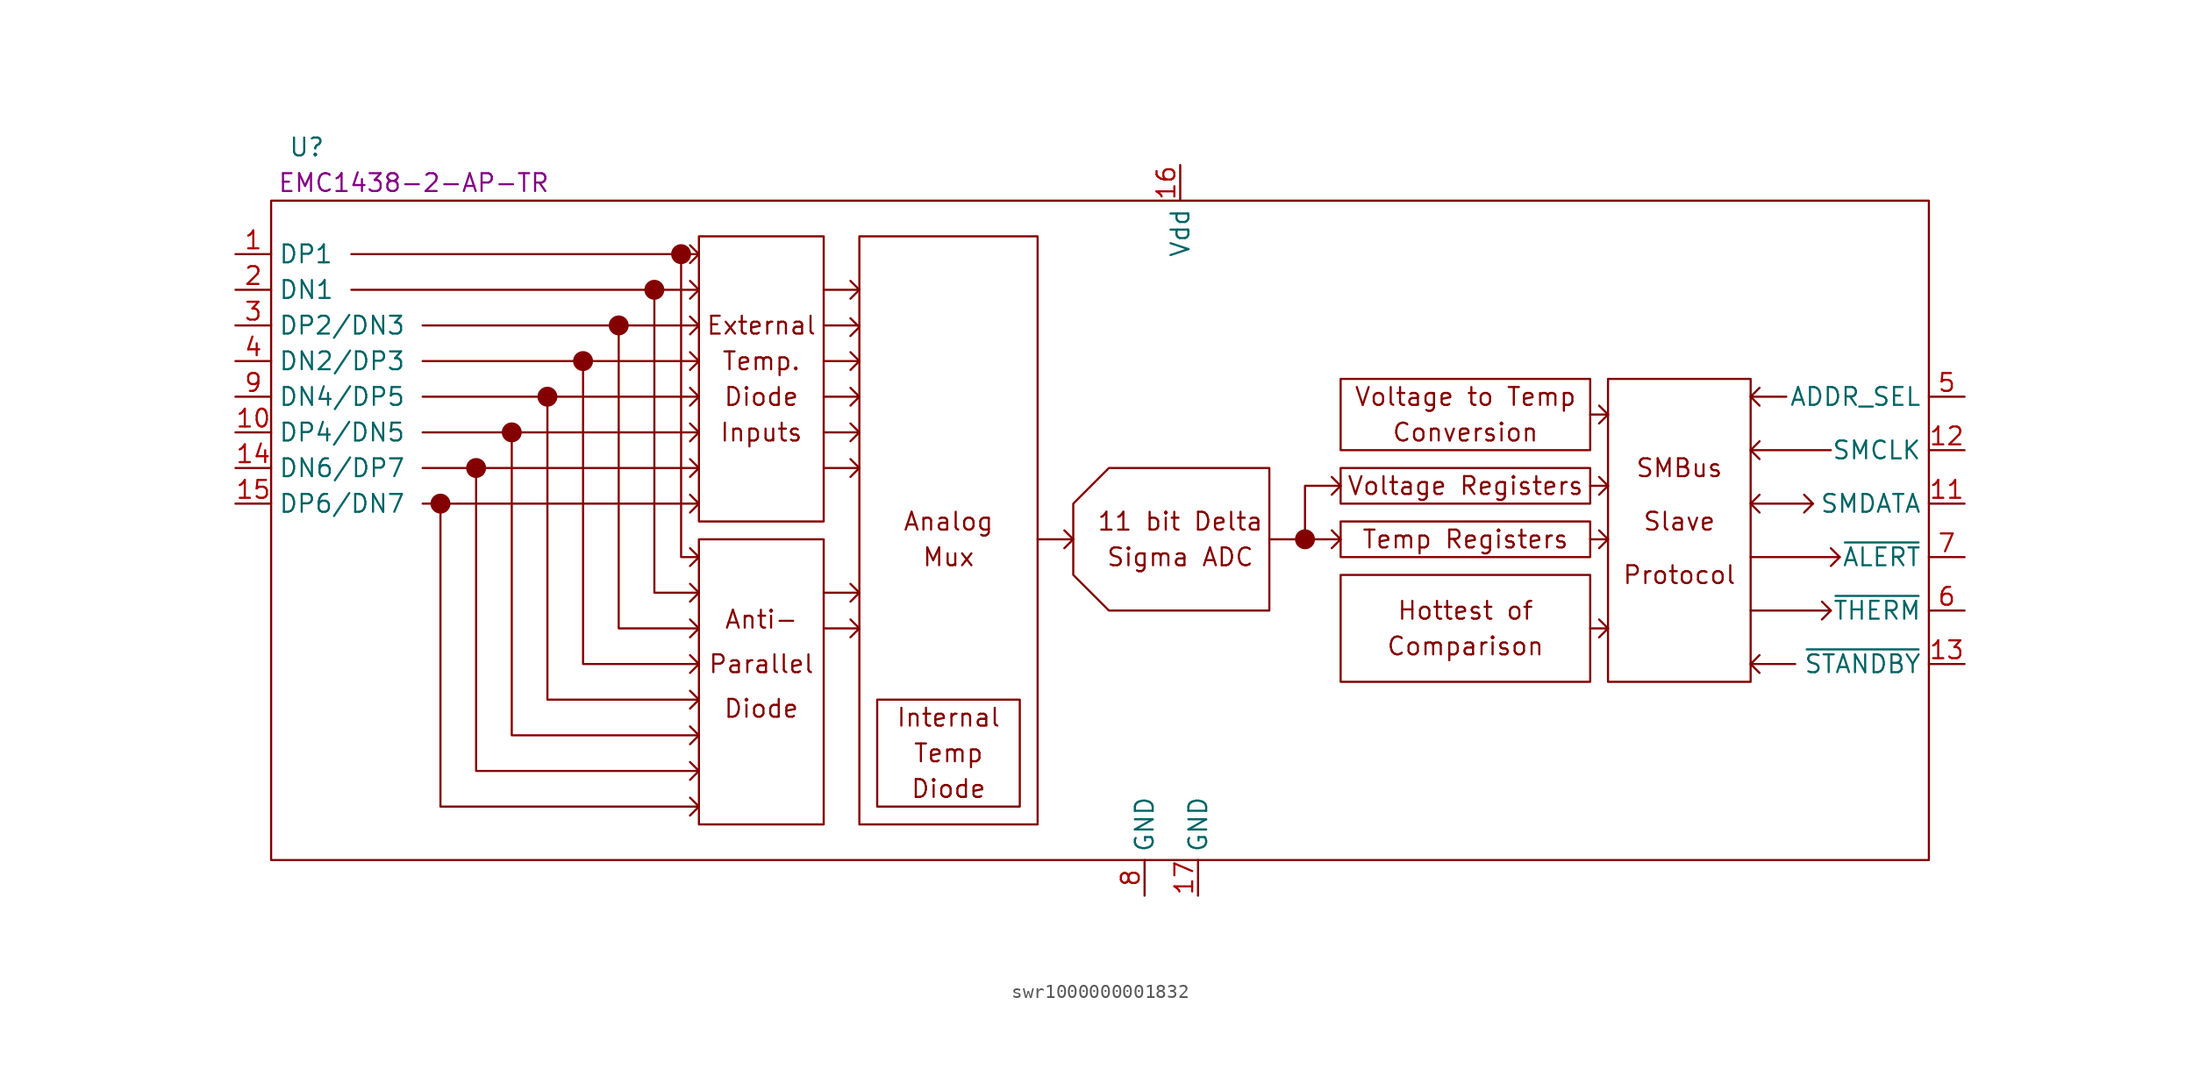
<source format=kicad_sym>
(kicad_symbol_lib
  (version 20211014)
  (generator kicad_symbol_editor)
  (symbol "swr1000000001832"
    (property "Reference" "U"
      (at -52.07 3.81 0)
      (effects (font (size 1.27 1.27))))
    (property "PartValue" "EMC1438-2-AP-TR"
      (at -44.45 1.27 0)
      (effects (font (size 1.27 1.27))))
    (symbol "swr1000000001832_0_0"
      (rectangle (start -54.61 0) (end 63.5 -46.99) (stroke (width 0) (type default) (color 0 0 0 0)) (fill (type none)))
      (circle (center -42.545 -21.59) (radius 0.635) (stroke (width 0) (type default) (color 0 0 0 0)) (fill (type outline)))
      (circle (center -40.005 -19.05) (radius 0.635) (stroke (width 0) (type default) (color 0 0 0 0)) (fill (type outline)))
      (circle (center -37.465 -16.51) (radius 0.635) (stroke (width 0) (type default) (color 0 0 0 0)) (fill (type outline)))
      (circle (center -34.925 -13.97) (radius 0.635) (stroke (width 0) (type default) (color 0 0 0 0)) (fill (type outline)))
      (circle (center -32.385 -11.43) (radius 0.635) (stroke (width 0) (type default) (color 0 0 0 0)) (fill (type outline)))
      (circle (center -29.845 -8.89) (radius 0.635) (stroke (width 0) (type default) (color 0 0 0 0)) (fill (type outline)))
      (circle (center -27.305 -6.35) (radius 0.635) (stroke (width 0) (type default) (color 0 0 0 0)) (fill (type outline)))
      (circle (center -25.4 -3.81) (radius 0.635) (stroke (width 0) (type default) (color 0 0 0 0)) (fill (type outline)))
      (rectangle (start -24.13 -24.13) (end -15.24 -44.45) (stroke (width 0) (type default) (color 0 0 0 0)) (fill (type none)))
      (rectangle (start -24.13 -2.54) (end -15.24 -22.86) (stroke (width 0) (type default) (color 0 0 0 0)) (fill (type none)))
      (rectangle (start -12.7 -2.54) (end 0 -44.45) (stroke (width 0) (type default) (color 0 0 0 0)) (fill (type none)))
      (rectangle (start -11.43 -35.56) (end -1.27 -43.18) (stroke (width 0) (type default) (color 0 0 0 0)) (fill (type none)))
      (polyline (pts (xy -48.895 -6.35) (xy -24.13 -6.35)) (stroke (width 0) (type default) (color 0 0 0 0)) (fill (type none)))
      (polyline (pts (xy -48.895 -3.81) (xy -24.13 -3.81)) (stroke (width 0) (type default) (color 0 0 0 0)) (fill (type none)))
      (polyline (pts (xy -43.815 -21.59) (xy -24.13 -21.59)) (stroke (width 0) (type default) (color 0 0 0 0)) (fill (type none)))
      (polyline (pts (xy -43.815 -19.05) (xy -24.13 -19.05)) (stroke (width 0) (type default) (color 0 0 0 0)) (fill (type none)))
      (polyline (pts (xy -43.815 -16.51) (xy -24.13 -16.51)) (stroke (width 0) (type default) (color 0 0 0 0)) (fill (type none)))
      (polyline (pts (xy -43.815 -13.97) (xy -24.13 -13.97)) (stroke (width 0) (type default) (color 0 0 0 0)) (fill (type none)))
      (polyline (pts (xy -43.815 -11.43) (xy -24.13 -11.43)) (stroke (width 0) (type default) (color 0 0 0 0)) (fill (type none)))
      (polyline (pts (xy -43.815 -8.89) (xy -24.13 -8.89)) (stroke (width 0) (type default) (color 0 0 0 0)) (fill (type none)))
      (polyline (pts (xy -15.24 -30.48) (xy -12.7 -30.48)) (stroke (width 0) (type default) (color 0 0 0 0)) (fill (type none)))
      (polyline (pts (xy -15.24 -27.94) (xy -12.7 -27.94)) (stroke (width 0) (type default) (color 0 0 0 0)) (fill (type none)))
      (polyline (pts (xy -15.24 -19.05) (xy -12.7 -19.05)) (stroke (width 0) (type default) (color 0 0 0 0)) (fill (type none)))
      (polyline (pts (xy -15.24 -16.51) (xy -12.7 -16.51)) (stroke (width 0) (type default) (color 0 0 0 0)) (fill (type none)))
      (polyline (pts (xy -15.24 -13.97) (xy -12.7 -13.97)) (stroke (width 0) (type default) (color 0 0 0 0)) (fill (type none)))
      (polyline (pts (xy -15.24 -11.43) (xy -12.7 -11.43)) (stroke (width 0) (type default) (color 0 0 0 0)) (fill (type none)))
      (polyline (pts (xy -15.24 -8.89) (xy -12.7 -8.89)) (stroke (width 0) (type default) (color 0 0 0 0)) (fill (type none)))
      (polyline (pts (xy -15.24 -6.35) (xy -12.7 -6.35)) (stroke (width 0) (type default) (color 0 0 0 0)) (fill (type none)))
      (polyline (pts (xy 0 -24.13) (xy 2.54 -24.13)) (stroke (width 0) (type default) (color 0 0 0 0)) (fill (type none)))
      (polyline (pts (xy 16.51 -24.13) (xy 21.59 -24.13)) (stroke (width 0) (type default) (color 0 0 0 0)) (fill (type none)))
      (polyline (pts (xy 39.37 -30.48) (xy 40.64 -30.48)) (stroke (width 0) (type default) (color 0 0 0 0)) (fill (type none)))
      (polyline (pts (xy 39.37 -24.13) (xy 40.64 -24.13)) (stroke (width 0) (type default) (color 0 0 0 0)) (fill (type none)))
      (polyline (pts (xy 39.37 -20.32) (xy 40.64 -20.32)) (stroke (width 0) (type default) (color 0 0 0 0)) (fill (type none)))
      (polyline (pts (xy 39.37 -15.24) (xy 40.64 -15.24)) (stroke (width 0) (type default) (color 0 0 0 0)) (fill (type none)))
      (polyline (pts (xy 50.8 -33.02) (xy 53.975 -33.02)) (stroke (width 0) (type default) (color 0 0 0 0)) (fill (type none)))
      (polyline (pts (xy 50.8 -21.59) (xy 55.245 -21.59)) (stroke (width 0) (type default) (color 0 0 0 0)) (fill (type none)))
      (polyline (pts (xy 50.8 -17.78) (xy 56.515 -17.78)) (stroke (width 0) (type default) (color 0 0 0 0)) (fill (type none)))
      (polyline (pts (xy 50.8 -13.97) (xy 53.34 -13.97)) (stroke (width 0) (type default) (color 0 0 0 0)) (fill (type none)))
      (polyline (pts (xy 56.515 -29.21) (xy 50.8 -29.21)) (stroke (width 0) (type default) (color 0 0 0 0)) (fill (type none)))
      (polyline (pts (xy 57.15 -25.4) (xy 50.8 -25.4)) (stroke (width 0) (type default) (color 0 0 0 0)) (fill (type none)))
      (polyline (pts (xy -25.4 -3.81) (xy -25.4 -25.4) (xy -24.13 -25.4)) (stroke (width 0) (type default) (color 0 0 0 0)) (fill (type none)))
      (polyline (pts (xy -24.765 -42.545) (xy -24.13 -43.18) (xy -24.765 -43.815)) (stroke (width 0) (type default) (color 0 0 0 0)) (fill (type none)))
      (polyline (pts (xy -24.765 -40.005) (xy -24.13 -40.64) (xy -24.765 -41.275)) (stroke (width 0) (type default) (color 0 0 0 0)) (fill (type none)))
      (polyline (pts (xy -24.765 -37.465) (xy -24.13 -38.1) (xy -24.765 -38.735)) (stroke (width 0) (type default) (color 0 0 0 0)) (fill (type none)))
      (polyline (pts (xy -24.765 -34.925) (xy -24.13 -35.56) (xy -24.765 -36.195)) (stroke (width 0) (type default) (color 0 0 0 0)) (fill (type none)))
      (polyline (pts (xy -24.765 -32.385) (xy -24.13 -33.02) (xy -24.765 -33.655)) (stroke (width 0) (type default) (color 0 0 0 0)) (fill (type none)))
      (polyline (pts (xy -24.765 -29.845) (xy -24.13 -30.48) (xy -24.765 -31.115)) (stroke (width 0) (type default) (color 0 0 0 0)) (fill (type none)))
      (polyline (pts (xy -24.765 -27.305) (xy -24.13 -27.94) (xy -24.765 -28.575)) (stroke (width 0) (type default) (color 0 0 0 0)) (fill (type none)))
      (polyline (pts (xy -24.765 -24.765) (xy -24.13 -25.4) (xy -24.765 -26.035)) (stroke (width 0) (type default) (color 0 0 0 0)) (fill (type none)))
      (polyline (pts (xy -24.765 -20.955) (xy -24.13 -21.59) (xy -24.765 -22.225)) (stroke (width 0) (type default) (color 0 0 0 0)) (fill (type none)))
      (polyline (pts (xy -24.765 -18.415) (xy -24.13 -19.05) (xy -24.765 -19.685)) (stroke (width 0) (type default) (color 0 0 0 0)) (fill (type none)))
      (polyline (pts (xy -24.765 -15.875) (xy -24.13 -16.51) (xy -24.765 -17.145)) (stroke (width 0) (type default) (color 0 0 0 0)) (fill (type none)))
      (polyline (pts (xy -24.765 -13.335) (xy -24.13 -13.97) (xy -24.765 -14.605)) (stroke (width 0) (type default) (color 0 0 0 0)) (fill (type none)))
      (polyline (pts (xy -24.765 -10.795) (xy -24.13 -11.43) (xy -24.765 -12.065)) (stroke (width 0) (type default) (color 0 0 0 0)) (fill (type none)))
      (polyline (pts (xy -24.765 -8.255) (xy -24.13 -8.89) (xy -24.765 -9.525)) (stroke (width 0) (type default) (color 0 0 0 0)) (fill (type none)))
      (polyline (pts (xy -24.765 -5.715) (xy -24.13 -6.35) (xy -24.765 -6.985)) (stroke (width 0) (type default) (color 0 0 0 0)) (fill (type none)))
      (polyline (pts (xy -24.765 -3.175) (xy -24.13 -3.81) (xy -24.765 -4.445)) (stroke (width 0) (type default) (color 0 0 0 0)) (fill (type none)))
      (polyline (pts (xy -24.13 -43.18) (xy -42.545 -43.18) (xy -42.545 -21.59)) (stroke (width 0) (type default) (color 0 0 0 0)) (fill (type none)))
      (polyline (pts (xy -24.13 -40.64) (xy -40.005 -40.64) (xy -40.005 -19.05)) (stroke (width 0) (type default) (color 0 0 0 0)) (fill (type none)))
      (polyline (pts (xy -24.13 -38.1) (xy -37.465 -38.1) (xy -37.465 -16.51)) (stroke (width 0) (type default) (color 0 0 0 0)) (fill (type none)))
      (polyline (pts (xy -24.13 -35.56) (xy -34.925 -35.56) (xy -34.925 -13.97)) (stroke (width 0) (type default) (color 0 0 0 0)) (fill (type none)))
      (polyline (pts (xy -24.13 -33.02) (xy -32.385 -33.02) (xy -32.385 -11.43)) (stroke (width 0) (type default) (color 0 0 0 0)) (fill (type none)))
      (polyline (pts (xy -24.13 -30.48) (xy -29.845 -30.48) (xy -29.845 -8.89)) (stroke (width 0) (type default) (color 0 0 0 0)) (fill (type none)))
      (polyline (pts (xy -24.13 -27.94) (xy -27.305 -27.94) (xy -27.305 -6.35)) (stroke (width 0) (type default) (color 0 0 0 0)) (fill (type none)))
      (polyline (pts (xy -13.34 -8.374) (xy -12.705 -9.009) (xy -13.34 -9.644)) (stroke (width 0) (type default) (color 0 0 0 0)) (fill (type none)))
      (polyline (pts (xy -13.335 -29.845) (xy -12.7 -30.48) (xy -13.335 -31.115)) (stroke (width 0) (type default) (color 0 0 0 0)) (fill (type none)))
      (polyline (pts (xy -13.335 -27.305) (xy -12.7 -27.94) (xy -13.335 -28.575)) (stroke (width 0) (type default) (color 0 0 0 0)) (fill (type none)))
      (polyline (pts (xy -13.335 -18.415) (xy -12.7 -19.05) (xy -13.335 -19.685)) (stroke (width 0) (type default) (color 0 0 0 0)) (fill (type none)))
      (polyline (pts (xy -13.335 -15.875) (xy -12.7 -16.51) (xy -13.335 -17.145)) (stroke (width 0) (type default) (color 0 0 0 0)) (fill (type none)))
      (polyline (pts (xy -13.335 -13.335) (xy -12.7 -13.97) (xy -13.335 -14.605)) (stroke (width 0) (type default) (color 0 0 0 0)) (fill (type none)))
      (polyline (pts (xy -13.335 -10.795) (xy -12.7 -11.43) (xy -13.335 -12.065)) (stroke (width 0) (type default) (color 0 0 0 0)) (fill (type none)))
      (polyline (pts (xy -13.335 -5.715) (xy -12.7 -6.35) (xy -13.335 -6.985)) (stroke (width 0) (type default) (color 0 0 0 0)) (fill (type none)))
      (polyline (pts (xy 1.905 -23.495) (xy 2.54 -24.13) (xy 1.905 -24.765)) (stroke (width 0) (type default) (color 0 0 0 0)) (fill (type none)))
      (polyline (pts (xy 19.05 -24.13) (xy 19.05 -20.32) (xy 21.59 -20.32)) (stroke (width 0) (type default) (color 0 0 0 0)) (fill (type none)))
      (polyline (pts (xy 20.955 -23.495) (xy 21.59 -24.13) (xy 20.955 -24.765)) (stroke (width 0) (type default) (color 0 0 0 0)) (fill (type none)))
      (polyline (pts (xy 20.955 -19.685) (xy 21.59 -20.32) (xy 20.955 -20.955)) (stroke (width 0) (type default) (color 0 0 0 0)) (fill (type none)))
      (polyline (pts (xy 40.005 -29.845) (xy 40.64 -30.48) (xy 40.005 -31.115)) (stroke (width 0) (type default) (color 0 0 0 0)) (fill (type none)))
      (polyline (pts (xy 40.005 -23.495) (xy 40.64 -24.13) (xy 40.005 -24.765)) (stroke (width 0) (type default) (color 0 0 0 0)) (fill (type none)))
      (polyline (pts (xy 40.005 -19.685) (xy 40.64 -20.32) (xy 40.005 -20.955)) (stroke (width 0) (type default) (color 0 0 0 0)) (fill (type none)))
      (polyline (pts (xy 40.005 -14.605) (xy 40.64 -15.24) (xy 40.005 -15.875)) (stroke (width 0) (type default) (color 0 0 0 0)) (fill (type none)))
      (polyline (pts (xy 51.435 -32.385) (xy 50.8 -33.02) (xy 51.435 -33.655)) (stroke (width 0) (type default) (color 0 0 0 0)) (fill (type none)))
      (polyline (pts (xy 51.435 -20.955) (xy 50.8 -21.59) (xy 51.435 -22.225)) (stroke (width 0) (type default) (color 0 0 0 0)) (fill (type none)))
      (polyline (pts (xy 51.435 -17.145) (xy 50.8 -17.78) (xy 51.435 -18.415)) (stroke (width 0) (type default) (color 0 0 0 0)) (fill (type none)))
      (polyline (pts (xy 51.435 -13.335) (xy 50.8 -13.97) (xy 51.435 -14.605)) (stroke (width 0) (type default) (color 0 0 0 0)) (fill (type none)))
      (polyline (pts (xy 54.61 -20.955) (xy 55.245 -21.59) (xy 54.61 -22.225)) (stroke (width 0) (type default) (color 0 0 0 0)) (fill (type none)))
      (polyline (pts (xy 55.88 -28.575) (xy 56.515 -29.21) (xy 55.88 -29.845)) (stroke (width 0) (type default) (color 0 0 0 0)) (fill (type none)))
      (polyline (pts (xy 56.515 -24.765) (xy 57.15 -25.4) (xy 56.515 -26.035)) (stroke (width 0) (type default) (color 0 0 0 0)) (fill (type none)))
      (polyline (pts (xy 2.54 -21.59) (xy 5.08 -19.05) (xy 16.51 -19.05) (xy 16.51 -29.21) (xy 5.08 -29.21) (xy 2.54 -26.67) (xy 2.54 -21.59)) (stroke (width 0) (type default) (color 0 0 0 0)) (fill (type none)))
      (circle (center 19.05 -24.13) (radius 0.635) (stroke (width 0) (type default) (color 0 0 0 0)) (fill (type outline)))
      (rectangle (start 21.59 -26.67) (end 39.37 -34.29) (stroke (width 0) (type default) (color 0 0 0 0)) (fill (type none)))
      (rectangle (start 21.59 -22.86) (end 39.37 -25.4) (stroke (width 0) (type default) (color 0 0 0 0)) (fill (type none)))
      (rectangle (start 21.59 -19.05) (end 39.37 -21.59) (stroke (width 0) (type default) (color 0 0 0 0)) (fill (type none)))
      (rectangle (start 21.59 -12.7) (end 39.37 -17.78) (stroke (width 0) (type default) (color 0 0 0 0)) (fill (type none)))
      (rectangle (start 40.64 -12.7) (end 50.8 -34.29) (stroke (width 0) (type default) (color 0 0 0 0)) (fill (type none)))
      (text "11 bit Delta" (at 10.16 -22.86 0) (effects (font (size 1.27 1.27))))
      (text "Analog" (at -6.35 -22.86 0) (effects (font (size 1.27 1.27))))
      (text "Anti-" (at -19.685 -29.845 0) (effects (font (size 1.27 1.27))))
      (text "Comparison" (at 30.48 -31.75 0) (effects (font (size 1.27 1.27))))
      (text "Conversion" (at 30.48 -16.51 0) (effects (font (size 1.27 1.27))))
      (text "Diode" (at -19.685 -36.195 0) (effects (font (size 1.27 1.27))))
      (text "Diode" (at -19.685 -13.97 0) (effects (font (size 1.27 1.27))))
      (text "Diode" (at -6.35 -41.91 0) (effects (font (size 1.27 1.27))))
      (text "External" (at -19.685 -8.89 0) (effects (font (size 1.27 1.27))))
      (text "Hottest of" (at 30.48 -29.21 0) (effects (font (size 1.27 1.27))))
      (text "Inputs" (at -19.685 -16.51 0) (effects (font (size 1.27 1.27))))
      (text "Internal" (at -6.35 -36.83 0) (effects (font (size 1.27 1.27))))
      (text "Mux" (at -6.35 -25.4 0) (effects (font (size 1.27 1.27))))
      (text "Parallel" (at -19.685 -33.02 0) (effects (font (size 1.27 1.27))))
      (text "Protocol" (at 45.72 -26.67 0) (effects (font (size 1.27 1.27))))
      (text "Sigma ADC" (at 10.16 -25.4 0) (effects (font (size 1.27 1.27))))
      (text "Slave" (at 45.72 -22.86 0) (effects (font (size 1.27 1.27))))
      (text "SMBus" (at 45.72 -19.05 0) (effects (font (size 1.27 1.27))))
      (text "Temp" (at -6.35 -39.37 0) (effects (font (size 1.27 1.27))))
      (text "Temp Registers" (at 30.48 -24.13 0) (effects (font (size 1.27 1.27))))
      (text "Temp." (at -19.685 -11.43 0) (effects (font (size 1.27 1.27))))
      (text "Voltage Registers" (at 30.48 -20.32 0) (effects (font (size 1.27 1.27))))
      (text "Voltage to Temp" (at 30.48 -13.97 0) (effects (font (size 1.27 1.27))))
      (pin bidirectional line (at -57.15 -3.81 0) (length 2.54) (name "DP1" (effects (font (size 1.27 1.27)))) (number "1" (effects (font (size 1.27 1.27)))))
      (pin bidirectional line (at -57.15 -16.51 0) (length 2.54) (name "DP4/DN5" (effects (font (size 1.27 1.27)))) (number "10" (effects (font (size 1.27 1.27)))))
      (pin bidirectional line (at 66.04 -21.59 180) (length 2.54) (name "SMDATA" (effects (font (size 1.27 1.27)))) (number "11" (effects (font (size 1.27 1.27)))))
      (pin input line (at 66.04 -17.78 180) (length 2.54) (name "SMCLK" (effects (font (size 1.27 1.27)))) (number "12" (effects (font (size 1.27 1.27)))))
      (pin input line (at 66.04 -33.02 180) (length 2.54) (name "~{STANDBY}" (effects (font (size 1.27 1.27)))) (number "13" (effects (font (size 1.27 1.27)))))
      (pin bidirectional line (at -57.15 -19.05 0) (length 2.54) (name "DN6/DP7" (effects (font (size 1.27 1.27)))) (number "14" (effects (font (size 1.27 1.27)))))
      (pin bidirectional line (at -57.15 -21.59 0) (length 2.54) (name "DP6/DN7" (effects (font (size 1.27 1.27)))) (number "15" (effects (font (size 1.27 1.27)))))
      (pin power_in line (at 10.16 2.54 270) (length 2.54) (name "Vdd" (effects (font (size 1.27 1.27)))) (number "16" (effects (font (size 1.27 1.27)))))
      (pin power_in line (at 11.43 -49.53 90) (length 2.54) (name "GND" (effects (font (size 1.27 1.27)))) (number "17" (effects (font (size 1.27 1.27)))))
      (pin bidirectional line (at -57.15 -6.35 0) (length 2.54) (name "DN1" (effects (font (size 1.27 1.27)))) (number "2" (effects (font (size 1.27 1.27)))))
      (pin bidirectional line (at -57.15 -8.89 0) (length 2.54) (name "DP2/DN3" (effects (font (size 1.27 1.27)))) (number "3" (effects (font (size 1.27 1.27)))))
      (pin bidirectional line (at -57.15 -11.43 0) (length 2.54) (name "DN2/DP3" (effects (font (size 1.27 1.27)))) (number "4" (effects (font (size 1.27 1.27)))))
      (pin input line (at 66.04 -13.97 180) (length 2.54) (name "ADDR_SEL" (effects (font (size 1.27 1.27)))) (number "5" (effects (font (size 1.27 1.27)))))
      (pin open_collector line (at 66.04 -29.21 180) (length 2.54) (name "~{THERM}" (effects (font (size 1.27 1.27)))) (number "6" (effects (font (size 1.27 1.27)))))
      (pin open_collector line (at 66.04 -25.4 180) (length 2.54) (name "~{ALERT}" (effects (font (size 1.27 1.27)))) (number "7" (effects (font (size 1.27 1.27)))))
      (pin power_in line (at 7.62 -49.53 90) (length 2.54) (name "GND" (effects (font (size 1.27 1.27)))) (number "8" (effects (font (size 1.27 1.27)))))
      (pin bidirectional line (at -57.15 -13.97 0) (length 2.54) (name "DN4/DP5" (effects (font (size 1.27 1.27)))) (number "9" (effects (font (size 1.27 1.27))))))))
</source>
